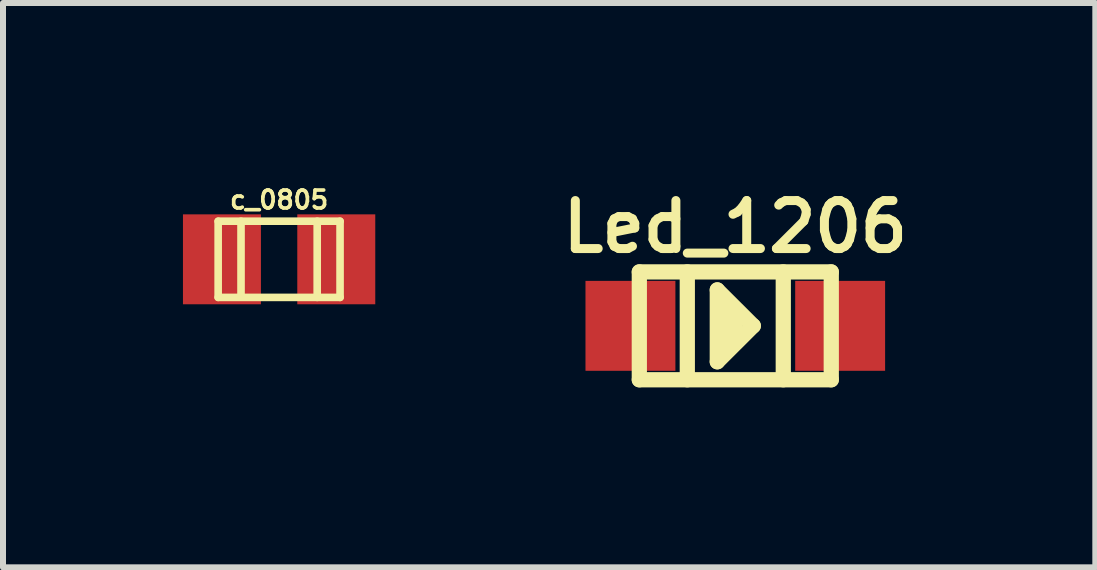
<source format=kicad_pcb>
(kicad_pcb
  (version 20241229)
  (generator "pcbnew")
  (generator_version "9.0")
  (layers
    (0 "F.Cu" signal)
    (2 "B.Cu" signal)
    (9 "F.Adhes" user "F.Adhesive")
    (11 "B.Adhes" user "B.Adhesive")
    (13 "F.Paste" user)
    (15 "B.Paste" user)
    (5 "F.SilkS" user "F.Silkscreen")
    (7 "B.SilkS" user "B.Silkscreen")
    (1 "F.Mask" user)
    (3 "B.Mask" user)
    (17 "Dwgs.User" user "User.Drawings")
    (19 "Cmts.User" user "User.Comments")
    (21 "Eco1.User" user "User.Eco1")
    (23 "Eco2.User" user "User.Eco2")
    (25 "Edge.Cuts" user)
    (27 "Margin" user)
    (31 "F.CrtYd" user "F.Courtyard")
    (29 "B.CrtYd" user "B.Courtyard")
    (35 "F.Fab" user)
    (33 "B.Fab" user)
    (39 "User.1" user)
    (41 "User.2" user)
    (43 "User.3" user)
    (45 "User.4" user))
  (footprint "Led_1206"
    (layer "F.Cu")
    (at 9.208 2.382)
    (property "Reference" "Led_1206" (at 0 -1.651 0) (layer "F.SilkS") (effects (font (size 0.8 0.8) (thickness 0.15))))
    (attr through_hole)
    (fp_line (start -1.6 -0.899) (end 1.6 -0.899) (stroke (width 0.254) (type solid)) (layer "F.SilkS"))
    (fp_line (start -1.6 0.899) (end -1.6 -0.899) (stroke (width 0.254) (type solid)) (layer "F.SilkS"))
    (fp_line (start -0.8 -0.899) (end -0.8 0.899) (stroke (width 0.254) (type solid)) (layer "F.SilkS"))
    (fp_line (start -0.3 -0.599) (end -0.3 0.599) (stroke (width 0.254) (type solid)) (layer "F.SilkS"))
    (fp_line (start -0.3 0.599) (end 0.3 0) (stroke (width 0.254) (type solid)) (layer "F.SilkS"))
    (fp_line (start -0.099 0.3) (end -0.099 -0.3) (stroke (width 0.254) (type solid)) (layer "F.SilkS"))
    (fp_line (start 0 -0.201) (end 0 0.099) (stroke (width 0.254) (type solid)) (layer "F.SilkS"))
    (fp_line (start 0.3 0) (end -0.3 -0.599) (stroke (width 0.254) (type solid)) (layer "F.SilkS"))
    (fp_line (start 0.8 0.899) (end 0.8 -0.899) (stroke (width 0.254) (type solid)) (layer "F.SilkS"))
    (fp_line (start 1.6 -0.899) (end 1.6 0.899) (stroke (width 0.254) (type solid)) (layer "F.SilkS"))
    (fp_line (start 1.6 0.899) (end -1.6 0.899) (stroke (width 0.254) (type solid)) (layer "F.SilkS"))
    (pad "1" smd rect (at -1.748 0) (size 1.499 1.499) (layers "F.Cu" "F.Mask" "F.Paste"))
    (pad "2" smd rect (at 1.748 0) (size 1.499 1.499) (layers "F.Cu" "F.Mask" "F.Paste")))
  (footprint "c_0805"
    (layer "F.Cu")
    (at 1.603 1.273)
    (property "Reference" "c_0805" (at 0 -0.991 0) (layer "F.SilkS") (effects (font (size 0.3 0.3) (thickness 0.061))))
    (attr through_hole)
    (fp_line (start -1.016 -0.635) (end 1.016 -0.635) (stroke (width 0.127) (type solid)) (layer "F.SilkS"))
    (fp_line (start -1.016 0.635) (end -1.016 -0.635) (stroke (width 0.127) (type solid)) (layer "F.SilkS"))
    (fp_line (start -0.635 -0.635) (end -0.635 0.61) (stroke (width 0.127) (type solid)) (layer "F.SilkS"))
    (fp_line (start 0.635 -0.635) (end 0.635 0.635) (stroke (width 0.127) (type solid)) (layer "F.SilkS"))
    (fp_line (start 1.016 -0.635) (end 1.016 0.635) (stroke (width 0.127) (type solid)) (layer "F.SilkS"))
    (fp_line (start 1.016 0.635) (end -1.016 0.635) (stroke (width 0.127) (type solid)) (layer "F.SilkS"))
    (pad "1" smd rect (at 0.953 0) (size 1.3 1.499) (layers "F.Cu" "F.Mask" "F.Paste"))
    (pad "2" smd rect (at -0.953 0) (size 1.3 1.499) (layers "F.Cu" "F.Mask" "F.Paste")))
  (gr_rect
    (start -3 -3)
    (end 15.21 6.408)
    (stroke (width 0.1) (type default))
    (fill no)
    (layer "Edge.Cuts")))
</source>
